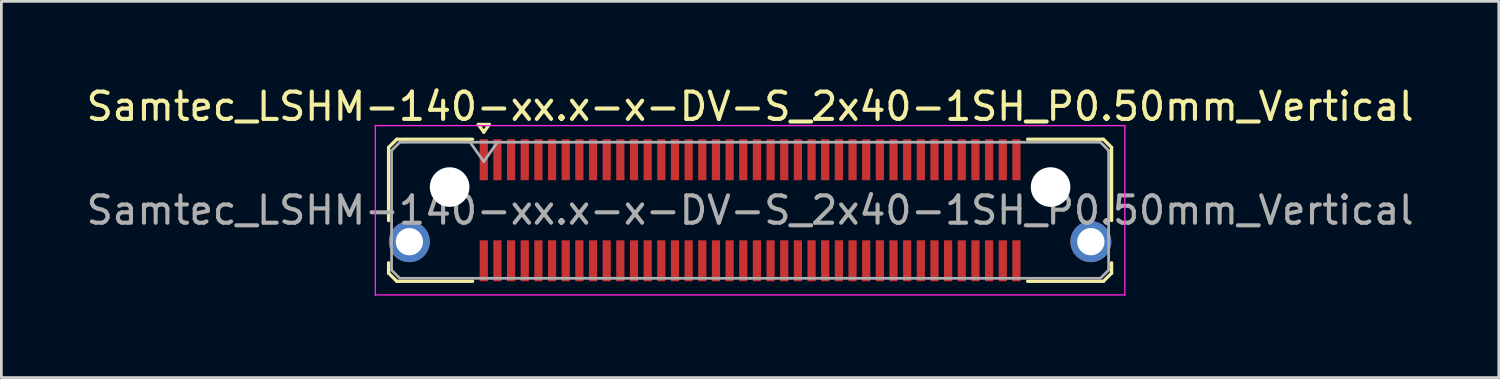
<source format=kicad_pcb>
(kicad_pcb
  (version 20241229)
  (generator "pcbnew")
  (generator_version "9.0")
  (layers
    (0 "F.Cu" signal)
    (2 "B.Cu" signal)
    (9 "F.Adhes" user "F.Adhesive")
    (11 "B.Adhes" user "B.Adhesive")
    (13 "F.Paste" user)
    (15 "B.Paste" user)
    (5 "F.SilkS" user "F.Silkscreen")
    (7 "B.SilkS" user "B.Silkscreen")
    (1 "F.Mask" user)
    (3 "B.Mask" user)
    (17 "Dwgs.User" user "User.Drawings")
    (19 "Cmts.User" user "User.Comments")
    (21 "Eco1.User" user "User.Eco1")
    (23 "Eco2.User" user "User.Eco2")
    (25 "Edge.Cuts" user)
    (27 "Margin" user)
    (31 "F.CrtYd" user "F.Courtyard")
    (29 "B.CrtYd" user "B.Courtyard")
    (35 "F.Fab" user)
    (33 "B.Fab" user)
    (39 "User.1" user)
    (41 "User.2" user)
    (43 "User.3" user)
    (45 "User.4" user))
  (footprint "Samtec_LSHM-140-xx.x-x-DV-S_2x40-1SH_P0.50mm_Vertical"
    (layer "F.Cu")
    (at 24.411 4.648)
    (property "Reference" "Samtec_LSHM-140-xx.x-x-DV-S_2x40-1SH_P0.50mm_Vertical" (at 0 -3.8 0) (layer "F.SilkS") (effects (font (size 1 1) (thickness 0.15))))
    (attr smd)
    (fp_line (start -13.235 -2.3) (end -13.235 0.377) (stroke (width 0.12) (type solid)) (layer "F.SilkS"))
    (fp_line (start -13.235 1.923) (end -13.235 2.3) (stroke (width 0.12) (type solid)) (layer "F.SilkS"))
    (fp_line (start -13.235 2.3) (end -12.935 2.6) (stroke (width 0.12) (type solid)) (layer "F.SilkS"))
    (fp_line (start -12.935 -2.6) (end -13.235 -2.3) (stroke (width 0.12) (type solid)) (layer "F.SilkS"))
    (fp_line (start -12.935 2.6) (end -10.16 2.6) (stroke (width 0.12) (type solid)) (layer "F.SilkS"))
    (fp_line (start -10.16 -2.6) (end -12.935 -2.6) (stroke (width 0.12) (type solid)) (layer "F.SilkS"))
    (fp_line (start -9.95 -3.143) (end -9.55 -3.143) (stroke (width 0.12) (type solid)) (layer "F.SilkS"))
    (fp_line (start -9.75 -2.86) (end -9.95 -3.143) (stroke (width 0.12) (type solid)) (layer "F.SilkS"))
    (fp_line (start -9.55 -3.143) (end -9.75 -2.86) (stroke (width 0.12) (type solid)) (layer "F.SilkS"))
    (fp_line (start 10.16 -2.6) (end 12.935 -2.6) (stroke (width 0.12) (type solid)) (layer "F.SilkS"))
    (fp_line (start 12.935 -2.6) (end 13.235 -2.3) (stroke (width 0.12) (type solid)) (layer "F.SilkS"))
    (fp_line (start 12.935 2.6) (end 10.16 2.6) (stroke (width 0.12) (type solid)) (layer "F.SilkS"))
    (fp_line (start 13.235 -2.3) (end 13.235 0.377) (stroke (width 0.12) (type solid)) (layer "F.SilkS"))
    (fp_line (start 13.235 1.923) (end 13.235 2.3) (stroke (width 0.12) (type solid)) (layer "F.SilkS"))
    (fp_line (start 13.235 2.3) (end 12.935 2.6) (stroke (width 0.12) (type solid)) (layer "F.SilkS"))
    (fp_line (start -13.72 -3.1) (end -13.72 3.1) (stroke (width 0.05) (type solid)) (layer "F.CrtYd"))
    (fp_line (start -13.72 3.1) (end 13.72 3.1) (stroke (width 0.05) (type solid)) (layer "F.CrtYd"))
    (fp_line (start 13.72 -3.1) (end -13.72 -3.1) (stroke (width 0.05) (type solid)) (layer "F.CrtYd"))
    (fp_line (start 13.72 3.1) (end 13.72 -3.1) (stroke (width 0.05) (type solid)) (layer "F.CrtYd"))
    (fp_line (start -13.125 -2.19) (end -13.125 2.19) (stroke (width 0.1) (type solid)) (layer "F.Fab"))
    (fp_line (start -13.125 2.19) (end -12.825 2.49) (stroke (width 0.1) (type solid)) (layer "F.Fab"))
    (fp_line (start -12.825 -2.49) (end -13.125 -2.19) (stroke (width 0.1) (type solid)) (layer "F.Fab"))
    (fp_line (start -12.825 2.49) (end 0 2.49) (stroke (width 0.1) (type solid)) (layer "F.Fab"))
    (fp_line (start -10.25 -2.49) (end -9.75 -1.783) (stroke (width 0.1) (type solid)) (layer "F.Fab"))
    (fp_line (start -9.75 -1.783) (end -9.25 -2.49) (stroke (width 0.1) (type solid)) (layer "F.Fab"))
    (fp_line (start 0 -2.49) (end -12.825 -2.49) (stroke (width 0.1) (type solid)) (layer "F.Fab"))
    (fp_line (start 0 -2.49) (end 12.825 -2.49) (stroke (width 0.1) (type solid)) (layer "F.Fab"))
    (fp_line (start 12.825 -2.49) (end 13.125 -2.19) (stroke (width 0.1) (type solid)) (layer "F.Fab"))
    (fp_line (start 12.825 2.49) (end 0 2.49) (stroke (width 0.1) (type solid)) (layer "F.Fab"))
    (fp_line (start 13.125 -2.19) (end 13.125 2.19) (stroke (width 0.1) (type solid)) (layer "F.Fab"))
    (fp_line (start 13.125 2.19) (end 12.825 2.49) (stroke (width 0.1) (type solid)) (layer "F.Fab"))
    (fp_text user "${REFERENCE}" (at 0 0 0) (layer "F.Fab") (effects (font (size 1 1) (thickness 0.15))))
    (pad "" np_thru_hole circle (at -11 -0.85) (size 1.45 1.45) (drill 1.45) (layers "*.Cu" "*.Mask"))
    (pad "" np_thru_hole circle (at 11 -0.85) (size 1.45 1.45) (drill 1.45) (layers "*.Cu" "*.Mask"))
    (pad "1" smd rect (at -9.75 -1.85) (size 0.3 1.5) (layers "F.Cu" "F.Mask" "F.Paste"))
    (pad "2" smd rect (at -9.75 1.85) (size 0.3 1.5) (layers "F.Cu" "F.Mask" "F.Paste"))
    (pad "3" smd rect (at -9.25 -1.85) (size 0.3 1.5) (layers "F.Cu" "F.Mask" "F.Paste"))
    (pad "4" smd rect (at -9.25 1.85) (size 0.3 1.5) (layers "F.Cu" "F.Mask" "F.Paste"))
    (pad "5" smd rect (at -8.75 -1.85) (size 0.3 1.5) (layers "F.Cu" "F.Mask" "F.Paste"))
    (pad "6" smd rect (at -8.75 1.85) (size 0.3 1.5) (layers "F.Cu" "F.Mask" "F.Paste"))
    (pad "7" smd rect (at -8.25 -1.85) (size 0.3 1.5) (layers "F.Cu" "F.Mask" "F.Paste"))
    (pad "8" smd rect (at -8.25 1.85) (size 0.3 1.5) (layers "F.Cu" "F.Mask" "F.Paste"))
    (pad "9" smd rect (at -7.75 -1.85) (size 0.3 1.5) (layers "F.Cu" "F.Mask" "F.Paste"))
    (pad "10" smd rect (at -7.75 1.85) (size 0.3 1.5) (layers "F.Cu" "F.Mask" "F.Paste"))
    (pad "11" smd rect (at -7.25 -1.85) (size 0.3 1.5) (layers "F.Cu" "F.Mask" "F.Paste"))
    (pad "12" smd rect (at -7.25 1.85) (size 0.3 1.5) (layers "F.Cu" "F.Mask" "F.Paste"))
    (pad "13" smd rect (at -6.75 -1.85) (size 0.3 1.5) (layers "F.Cu" "F.Mask" "F.Paste"))
    (pad "14" smd rect (at -6.75 1.85) (size 0.3 1.5) (layers "F.Cu" "F.Mask" "F.Paste"))
    (pad "15" smd rect (at -6.25 -1.85) (size 0.3 1.5) (layers "F.Cu" "F.Mask" "F.Paste"))
    (pad "16" smd rect (at -6.25 1.85) (size 0.3 1.5) (layers "F.Cu" "F.Mask" "F.Paste"))
    (pad "17" smd rect (at -5.75 -1.85) (size 0.3 1.5) (layers "F.Cu" "F.Mask" "F.Paste"))
    (pad "18" smd rect (at -5.75 1.85) (size 0.3 1.5) (layers "F.Cu" "F.Mask" "F.Paste"))
    (pad "19" smd rect (at -5.25 -1.85) (size 0.3 1.5) (layers "F.Cu" "F.Mask" "F.Paste"))
    (pad "20" smd rect (at -5.25 1.85) (size 0.3 1.5) (layers "F.Cu" "F.Mask" "F.Paste"))
    (pad "21" smd rect (at -4.75 -1.85) (size 0.3 1.5) (layers "F.Cu" "F.Mask" "F.Paste"))
    (pad "22" smd rect (at -4.75 1.85) (size 0.3 1.5) (layers "F.Cu" "F.Mask" "F.Paste"))
    (pad "23" smd rect (at -4.25 -1.85) (size 0.3 1.5) (layers "F.Cu" "F.Mask" "F.Paste"))
    (pad "24" smd rect (at -4.25 1.85) (size 0.3 1.5) (layers "F.Cu" "F.Mask" "F.Paste"))
    (pad "25" smd rect (at -3.75 -1.85) (size 0.3 1.5) (layers "F.Cu" "F.Mask" "F.Paste"))
    (pad "26" smd rect (at -3.75 1.85) (size 0.3 1.5) (layers "F.Cu" "F.Mask" "F.Paste"))
    (pad "27" smd rect (at -3.25 -1.85) (size 0.3 1.5) (layers "F.Cu" "F.Mask" "F.Paste"))
    (pad "28" smd rect (at -3.25 1.85) (size 0.3 1.5) (layers "F.Cu" "F.Mask" "F.Paste"))
    (pad "29" smd rect (at -2.75 -1.85) (size 0.3 1.5) (layers "F.Cu" "F.Mask" "F.Paste"))
    (pad "30" smd rect (at -2.75 1.85) (size 0.3 1.5) (layers "F.Cu" "F.Mask" "F.Paste"))
    (pad "31" smd rect (at -2.25 -1.85) (size 0.3 1.5) (layers "F.Cu" "F.Mask" "F.Paste"))
    (pad "32" smd rect (at -2.25 1.85) (size 0.3 1.5) (layers "F.Cu" "F.Mask" "F.Paste"))
    (pad "33" smd rect (at -1.75 -1.85) (size 0.3 1.5) (layers "F.Cu" "F.Mask" "F.Paste"))
    (pad "34" smd rect (at -1.75 1.85) (size 0.3 1.5) (layers "F.Cu" "F.Mask" "F.Paste"))
    (pad "35" smd rect (at -1.25 -1.85) (size 0.3 1.5) (layers "F.Cu" "F.Mask" "F.Paste"))
    (pad "36" smd rect (at -1.25 1.85) (size 0.3 1.5) (layers "F.Cu" "F.Mask" "F.Paste"))
    (pad "37" smd rect (at -0.75 -1.85) (size 0.3 1.5) (layers "F.Cu" "F.Mask" "F.Paste"))
    (pad "38" smd rect (at -0.75 1.85) (size 0.3 1.5) (layers "F.Cu" "F.Mask" "F.Paste"))
    (pad "39" smd rect (at -0.25 -1.85) (size 0.3 1.5) (layers "F.Cu" "F.Mask" "F.Paste"))
    (pad "40" smd rect (at -0.25 1.85) (size 0.3 1.5) (layers "F.Cu" "F.Mask" "F.Paste"))
    (pad "41" smd rect (at 0.25 -1.85) (size 0.3 1.5) (layers "F.Cu" "F.Mask" "F.Paste"))
    (pad "42" smd rect (at 0.25 1.85) (size 0.3 1.5) (layers "F.Cu" "F.Mask" "F.Paste"))
    (pad "43" smd rect (at 0.75 -1.85) (size 0.3 1.5) (layers "F.Cu" "F.Mask" "F.Paste"))
    (pad "44" smd rect (at 0.75 1.85) (size 0.3 1.5) (layers "F.Cu" "F.Mask" "F.Paste"))
    (pad "45" smd rect (at 1.25 -1.85) (size 0.3 1.5) (layers "F.Cu" "F.Mask" "F.Paste"))
    (pad "46" smd rect (at 1.25 1.85) (size 0.3 1.5) (layers "F.Cu" "F.Mask" "F.Paste"))
    (pad "47" smd rect (at 1.75 -1.85) (size 0.3 1.5) (layers "F.Cu" "F.Mask" "F.Paste"))
    (pad "48" smd rect (at 1.75 1.85) (size 0.3 1.5) (layers "F.Cu" "F.Mask" "F.Paste"))
    (pad "49" smd rect (at 2.25 -1.85) (size 0.3 1.5) (layers "F.Cu" "F.Mask" "F.Paste"))
    (pad "50" smd rect (at 2.25 1.85) (size 0.3 1.5) (layers "F.Cu" "F.Mask" "F.Paste"))
    (pad "51" smd rect (at 2.75 -1.85) (size 0.3 1.5) (layers "F.Cu" "F.Mask" "F.Paste"))
    (pad "52" smd rect (at 2.75 1.85) (size 0.3 1.5) (layers "F.Cu" "F.Mask" "F.Paste"))
    (pad "53" smd rect (at 3.25 -1.85) (size 0.3 1.5) (layers "F.Cu" "F.Mask" "F.Paste"))
    (pad "54" smd rect (at 3.25 1.85) (size 0.3 1.5) (layers "F.Cu" "F.Mask" "F.Paste"))
    (pad "55" smd rect (at 3.75 -1.85) (size 0.3 1.5) (layers "F.Cu" "F.Mask" "F.Paste"))
    (pad "56" smd rect (at 3.75 1.85) (size 0.3 1.5) (layers "F.Cu" "F.Mask" "F.Paste"))
    (pad "57" smd rect (at 4.25 -1.85) (size 0.3 1.5) (layers "F.Cu" "F.Mask" "F.Paste"))
    (pad "58" smd rect (at 4.25 1.85) (size 0.3 1.5) (layers "F.Cu" "F.Mask" "F.Paste"))
    (pad "59" smd rect (at 4.75 -1.85) (size 0.3 1.5) (layers "F.Cu" "F.Mask" "F.Paste"))
    (pad "60" smd rect (at 4.75 1.85) (size 0.3 1.5) (layers "F.Cu" "F.Mask" "F.Paste"))
    (pad "61" smd rect (at 5.25 -1.85) (size 0.3 1.5) (layers "F.Cu" "F.Mask" "F.Paste"))
    (pad "62" smd rect (at 5.25 1.85) (size 0.3 1.5) (layers "F.Cu" "F.Mask" "F.Paste"))
    (pad "63" smd rect (at 5.75 -1.85) (size 0.3 1.5) (layers "F.Cu" "F.Mask" "F.Paste"))
    (pad "64" smd rect (at 5.75 1.85) (size 0.3 1.5) (layers "F.Cu" "F.Mask" "F.Paste"))
    (pad "65" smd rect (at 6.25 -1.85) (size 0.3 1.5) (layers "F.Cu" "F.Mask" "F.Paste"))
    (pad "66" smd rect (at 6.25 1.85) (size 0.3 1.5) (layers "F.Cu" "F.Mask" "F.Paste"))
    (pad "67" smd rect (at 6.75 -1.85) (size 0.3 1.5) (layers "F.Cu" "F.Mask" "F.Paste"))
    (pad "68" smd rect (at 6.75 1.85) (size 0.3 1.5) (layers "F.Cu" "F.Mask" "F.Paste"))
    (pad "69" smd rect (at 7.25 -1.85) (size 0.3 1.5) (layers "F.Cu" "F.Mask" "F.Paste"))
    (pad "70" smd rect (at 7.25 1.85) (size 0.3 1.5) (layers "F.Cu" "F.Mask" "F.Paste"))
    (pad "71" smd rect (at 7.75 -1.85) (size 0.3 1.5) (layers "F.Cu" "F.Mask" "F.Paste"))
    (pad "72" smd rect (at 7.75 1.85) (size 0.3 1.5) (layers "F.Cu" "F.Mask" "F.Paste"))
    (pad "73" smd rect (at 8.25 -1.85) (size 0.3 1.5) (layers "F.Cu" "F.Mask" "F.Paste"))
    (pad "74" smd rect (at 8.25 1.85) (size 0.3 1.5) (layers "F.Cu" "F.Mask" "F.Paste"))
    (pad "75" smd rect (at 8.75 -1.85) (size 0.3 1.5) (layers "F.Cu" "F.Mask" "F.Paste"))
    (pad "76" smd rect (at 8.75 1.85) (size 0.3 1.5) (layers "F.Cu" "F.Mask" "F.Paste"))
    (pad "77" smd rect (at 9.25 -1.85) (size 0.3 1.5) (layers "F.Cu" "F.Mask" "F.Paste"))
    (pad "78" smd rect (at 9.25 1.85) (size 0.3 1.5) (layers "F.Cu" "F.Mask" "F.Paste"))
    (pad "79" smd rect (at 9.75 -1.85) (size 0.3 1.5) (layers "F.Cu" "F.Mask" "F.Paste"))
    (pad "80" smd rect (at 9.75 1.85) (size 0.3 1.5) (layers "F.Cu" "F.Mask" "F.Paste"))
    (pad "SH" thru_hole circle (at -12.475 1.15) (size 1.5 1.5) (drill 1) (layers "*.Cu" "*.Mask"))
    (pad "SH" thru_hole circle (at 12.475 1.15) (size 1.5 1.5) (drill 1) (layers "*.Cu" "*.Mask")))
  (gr_rect
    (start -3 -3)
    (end 51.821 10.773)
    (stroke (width 0.1) (type default))
    (fill no)
    (layer "Edge.Cuts")))
</source>
